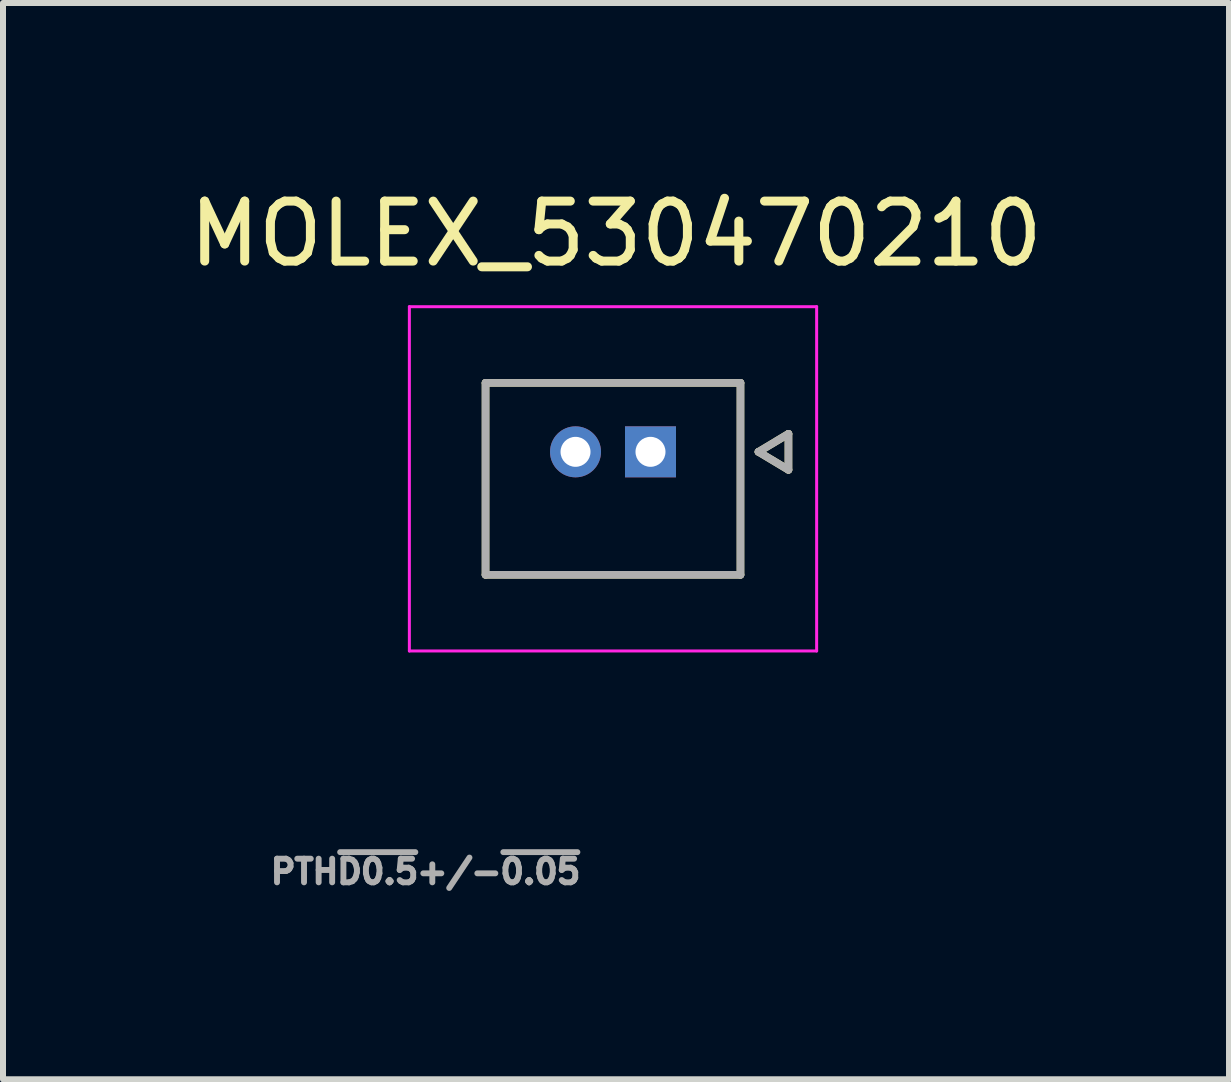
<source format=kicad_pcb>
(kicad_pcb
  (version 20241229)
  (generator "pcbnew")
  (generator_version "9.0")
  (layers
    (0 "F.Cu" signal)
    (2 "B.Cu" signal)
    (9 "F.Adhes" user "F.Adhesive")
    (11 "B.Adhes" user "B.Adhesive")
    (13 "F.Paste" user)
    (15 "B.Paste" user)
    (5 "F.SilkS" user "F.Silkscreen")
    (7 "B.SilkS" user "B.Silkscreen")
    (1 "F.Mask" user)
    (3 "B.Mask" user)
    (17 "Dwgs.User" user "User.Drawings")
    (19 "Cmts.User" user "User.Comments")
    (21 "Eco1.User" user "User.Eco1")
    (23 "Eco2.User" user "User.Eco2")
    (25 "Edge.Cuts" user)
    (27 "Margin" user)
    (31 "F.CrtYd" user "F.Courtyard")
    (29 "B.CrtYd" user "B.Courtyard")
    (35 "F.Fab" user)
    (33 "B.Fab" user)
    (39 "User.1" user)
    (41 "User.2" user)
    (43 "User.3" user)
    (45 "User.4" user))
  (footprint "MOLEX_530470210"
    (layer "F.Cu")
    (at 7.795 4.483)
    (property "Reference" "MOLEX_530470210" (at -0.575 -3.635 0) (layer "F.SilkS") (effects (font (size 1 1) (thickness 0.15))))
    (attr through_hole)
    (fp_circle (center -1.25 0) (end -0.999 0) (stroke (width 0.501) (type solid)) (fill no) (layer "F.Mask"))
    (fp_poly (pts (xy -0.501 -0.501) (xy 0.501 -0.501) (xy 0.501 0.501) (xy -0.501 0.501)) (stroke (width 0.01) (type solid)) (fill yes) (layer "F.Mask"))
    (fp_circle (center -1.25 0) (end -0.999 0) (stroke (width 0.501) (type solid)) (fill no) (layer "B.Mask"))
    (fp_poly (pts (xy -0.501 -0.501) (xy 0.501 -0.501) (xy 0.501 0.501) (xy -0.501 0.501)) (stroke (width 0.01) (type solid)) (fill yes) (layer "B.Mask"))
    (fp_line (start -2.75 -1.15) (end 1.5 -1.15) (stroke (width 0.127) (type solid)) (layer "F.SilkS"))
    (fp_line (start -2.75 2.05) (end -2.75 -1.15) (stroke (width 0.127) (type solid)) (layer "F.SilkS"))
    (fp_line (start 1.5 -1.15) (end 1.5 2.05) (stroke (width 0.127) (type solid)) (layer "F.SilkS"))
    (fp_line (start 1.5 2.05) (end -2.75 2.05) (stroke (width 0.127) (type solid)) (layer "F.SilkS"))
    (fp_line (start 1.8 0) (end 2.3 -0.3) (stroke (width 0.127) (type solid)) (layer "F.SilkS"))
    (fp_line (start 2.3 -0.3) (end 2.3 0.3) (stroke (width 0.127) (type solid)) (layer "F.SilkS"))
    (fp_line (start 2.3 0.3) (end 1.8 0) (stroke (width 0.127) (type solid)) (layer "F.SilkS"))
    (fp_line (start -4.02 -2.42) (end 2.77 -2.42) (stroke (width 0.05) (type solid)) (layer "F.CrtYd"))
    (fp_line (start -4.02 3.32) (end -4.02 -2.42) (stroke (width 0.05) (type solid)) (layer "F.CrtYd"))
    (fp_line (start 2.77 -2.42) (end 2.77 3.32) (stroke (width 0.05) (type solid)) (layer "F.CrtYd"))
    (fp_line (start 2.77 3.32) (end -4.02 3.32) (stroke (width 0.05) (type solid)) (layer "F.CrtYd"))
    (fp_line (start -2.75 -1.15) (end 1.5 -1.15) (stroke (width 0.127) (type solid)) (layer "F.Fab"))
    (fp_line (start -2.75 2.05) (end -2.75 -1.15) (stroke (width 0.127) (type solid)) (layer "F.Fab"))
    (fp_line (start 1.5 -1.15) (end 1.5 2.05) (stroke (width 0.127) (type solid)) (layer "F.Fab"))
    (fp_line (start 1.5 2.05) (end -2.75 2.05) (stroke (width 0.127) (type solid)) (layer "F.Fab"))
    (fp_line (start 1.8 0) (end 2.3 -0.3) (stroke (width 0.127) (type solid)) (layer "F.Fab"))
    (fp_line (start 2.3 -0.3) (end 2.3 0.3) (stroke (width 0.127) (type solid)) (layer "F.Fab"))
    (fp_line (start 2.3 0.3) (end 1.8 0) (stroke (width 0.127) (type solid)) (layer "F.Fab"))
    (fp_text user "PTH~{D0.5}+/-~{0.05}" (at -3.75 7 0) (layer "F.Fab") (effects (font (size 0.394 0.394) (thickness 0.15))))
    (pad "1" thru_hole rect (at 0 0) (size 0.85 0.85) (drill 0.5) (layers "*.Cu"))
    (pad "2" thru_hole circle (at -1.25 0) (size 0.85 0.85) (drill 0.5) (layers "*.Cu")))
  (gr_rect
    (start -3 -3)
    (end 17.44 14.944)
    (stroke (width 0.1) (type default))
    (fill no)
    (layer "Edge.Cuts")))
</source>
